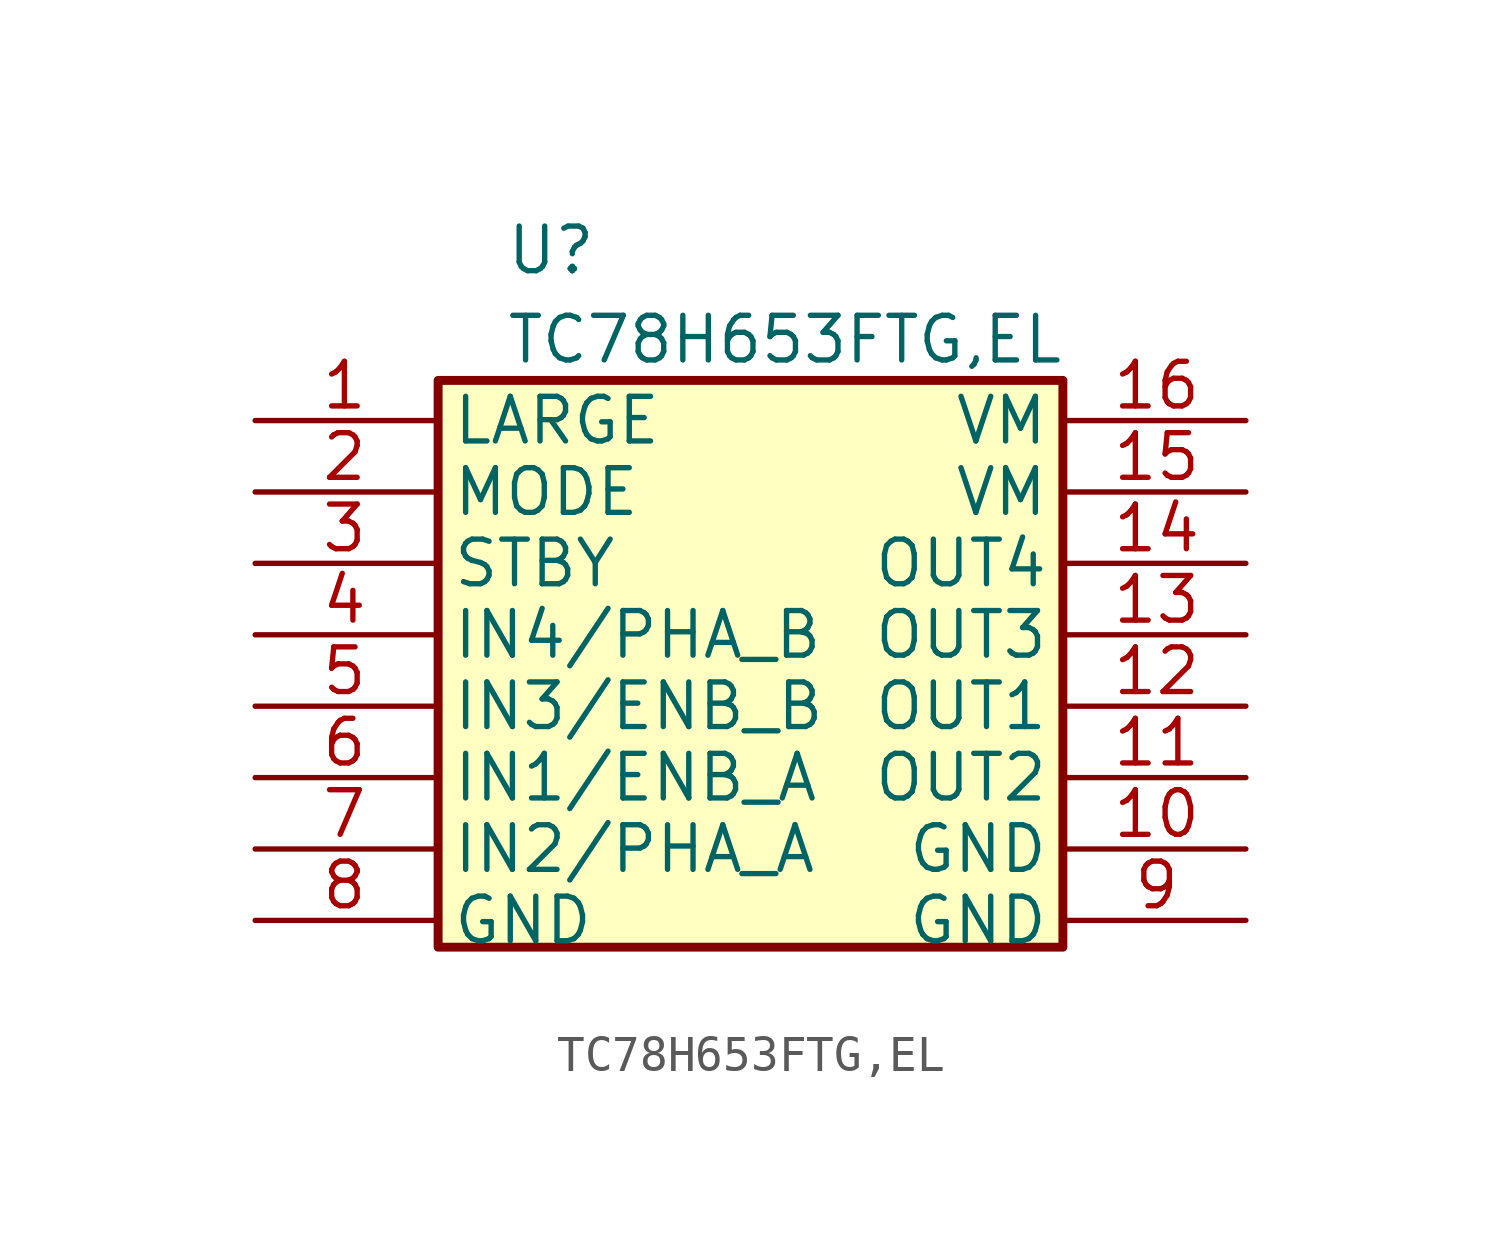
<source format=kicad_sym>
(kicad_symbol_lib
  (version 20220914)
  (generator kicad_symbol_editor)
  (symbol "TC78H653FTG,EL"
    (property "Reference" "U"
      (at -7.62 12.7 0)
      (effects (font (size 1.27 1.27)) (justify left top)))
    (property "Value" "TC78H653FTG,EL"
      (at -7.62 10.16 0)
      (effects (font (size 1.27 1.27)) (justify left top)))
    (symbol "TC78H653FTG,EL_1_1"
      (rectangle (start -9.525 8.255) (end 8.255 -7.874) (stroke (width 0.254) (type default)) (fill (type background)))
      (pin passive line (at -14.732 7.112 0) (length 5.08) (name "LARGE" (effects (font (size 1.27 1.27)))) (number "1" (effects (font (size 1.27 1.27)))))
      (pin passive line (at 13.462 -5.08 180) (length 5.08) (name "GND" (effects (font (size 1.27 1.27)))) (number "10" (effects (font (size 1.27 1.27)))))
      (pin passive line (at 13.462 -3.048 180) (length 5.08) (name "OUT2" (effects (font (size 1.27 1.27)))) (number "11" (effects (font (size 1.27 1.27)))))
      (pin passive line (at 13.462 -1.016 180) (length 5.08) (name "OUT1" (effects (font (size 1.27 1.27)))) (number "12" (effects (font (size 1.27 1.27)))))
      (pin passive line (at 13.462 1.016 180) (length 5.08) (name "OUT3" (effects (font (size 1.27 1.27)))) (number "13" (effects (font (size 1.27 1.27)))))
      (pin passive line (at 13.462 3.048 180) (length 5.08) (name "OUT4" (effects (font (size 1.27 1.27)))) (number "14" (effects (font (size 1.27 1.27)))))
      (pin passive line (at 13.462 5.08 180) (length 5.08) (name "VM" (effects (font (size 1.27 1.27)))) (number "15" (effects (font (size 1.27 1.27)))))
      (pin passive line (at 13.462 7.112 180) (length 5.08) (name "VM" (effects (font (size 1.27 1.27)))) (number "16" (effects (font (size 1.27 1.27)))))
      (pin passive line (at -14.732 5.08 0) (length 5.08) (name "MODE" (effects (font (size 1.27 1.27)))) (number "2" (effects (font (size 1.27 1.27)))))
      (pin passive line (at -14.732 3.048 0) (length 5.08) (name "STBY" (effects (font (size 1.27 1.27)))) (number "3" (effects (font (size 1.27 1.27)))))
      (pin passive line (at -14.732 1.016 0) (length 5.08) (name "IN4/PHA_B" (effects (font (size 1.27 1.27)))) (number "4" (effects (font (size 1.27 1.27)))))
      (pin passive line (at -14.732 -1.016 0) (length 5.08) (name "IN3/ENB_B" (effects (font (size 1.27 1.27)))) (number "5" (effects (font (size 1.27 1.27)))))
      (pin passive line (at -14.732 -3.048 0) (length 5.08) (name "IN1/ENB_A" (effects (font (size 1.27 1.27)))) (number "6" (effects (font (size 1.27 1.27)))))
      (pin passive line (at -14.732 -5.08 0) (length 5.08) (name "IN2/PHA_A" (effects (font (size 1.27 1.27)))) (number "7" (effects (font (size 1.27 1.27)))))
      (pin passive line (at -14.732 -7.112 0) (length 5.08) (name "GND" (effects (font (size 1.27 1.27)))) (number "8" (effects (font (size 1.27 1.27)))))
      (pin passive line (at 13.462 -7.112 180) (length 5.08) (name "GND" (effects (font (size 1.27 1.27)))) (number "9" (effects (font (size 1.27 1.27))))))))
</source>
